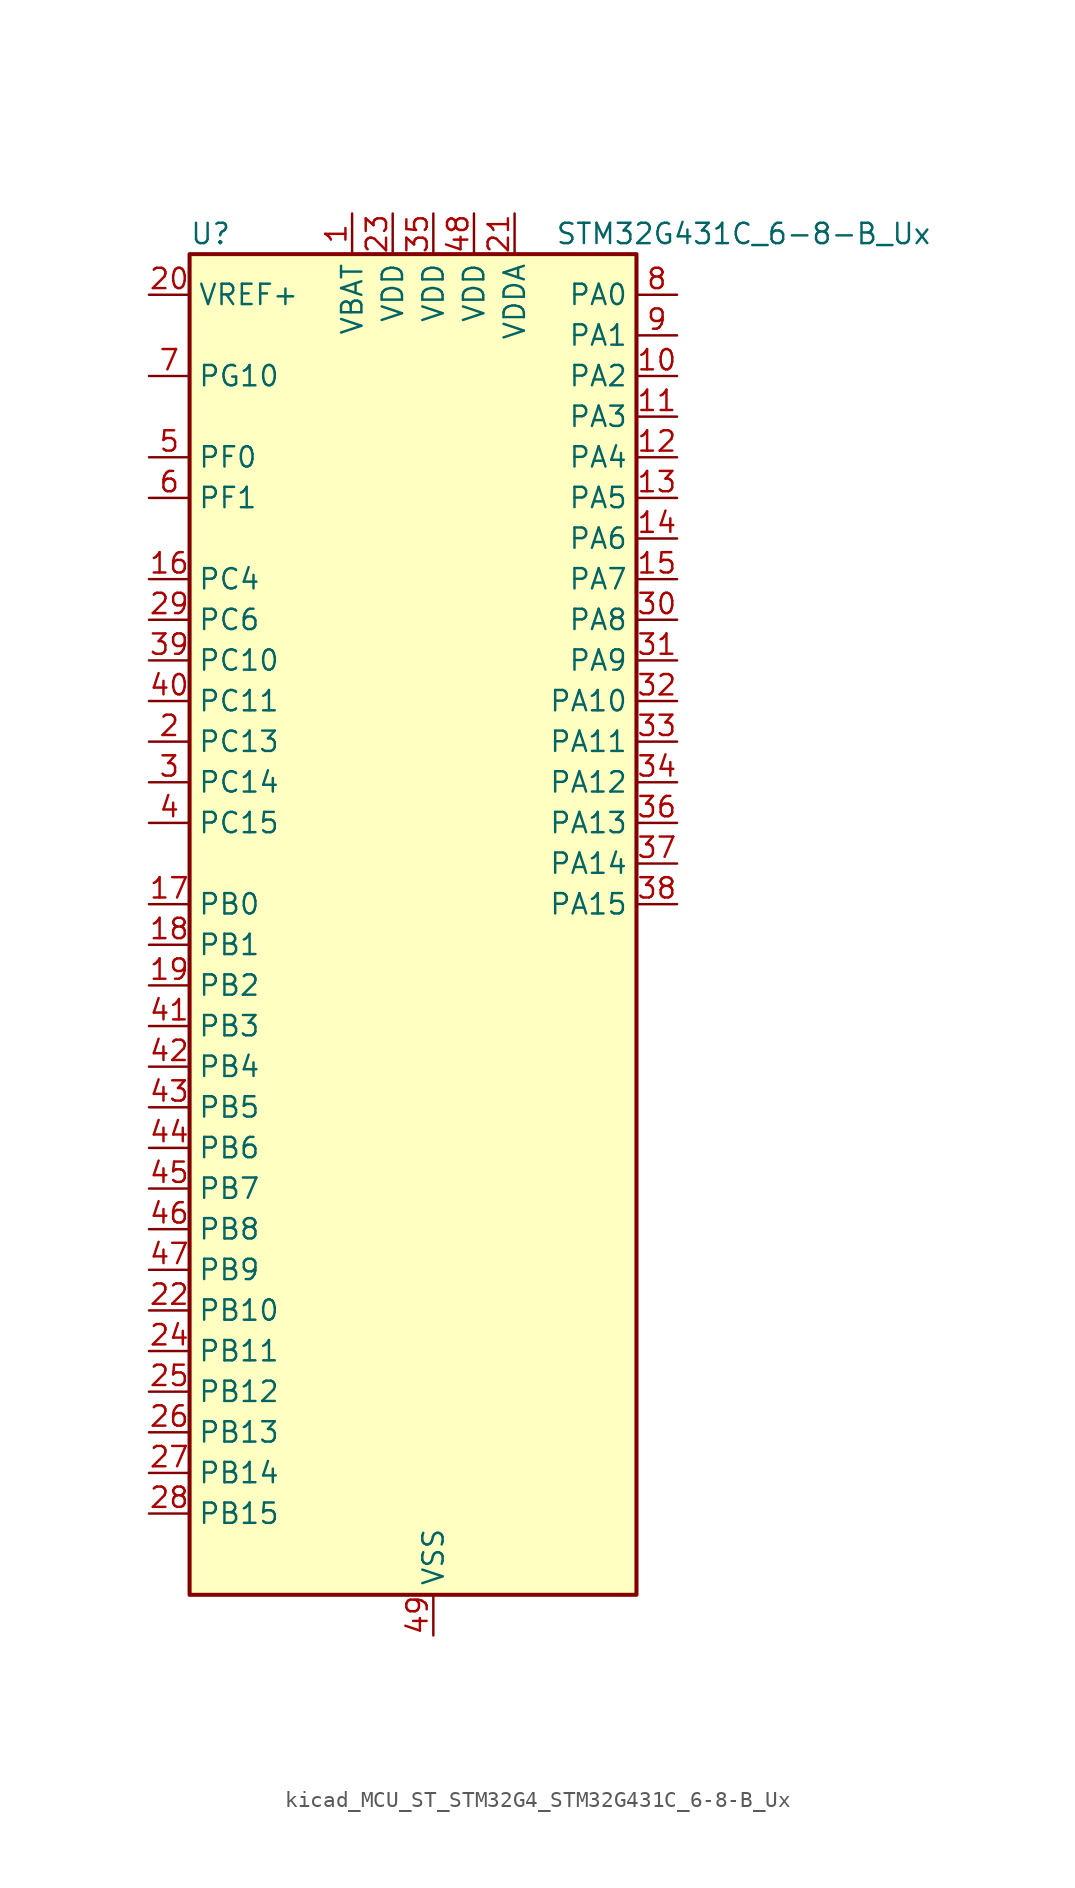
<source format=kicad_sym>
(kicad_symbol_lib
  (version 20220914)
  (generator kicad_symbol_editor)
  (symbol "kicad_MCU_ST_STM32G4_STM32G431C_6-8-B_Ux"
    (property "Reference" "U"
      (at -12.7 44.45 0)
      (effects (font (size 1.27 1.27)) (justify left)))
    (property "Value" "STM32G431C_6-8-B_Ux"
      (at 10.16 44.45 0)
      (effects (font (size 1.27 1.27)) (justify left)))
    (property "ki_locked" ""
      (at 0 0 0)
      (effects (font (size 1.27 1.27))))
    (symbol "kicad_MCU_ST_STM32G4_STM32G431C_6-8-B_Ux_0_1"
      (rectangle (start -12.7 -40.64) (end 15.24 43.18) (stroke (width 0.254) (type default)) (fill (type background))))
    (symbol "kicad_MCU_ST_STM32G4_STM32G431C_6-8-B_Ux_1_1"
      (pin power_in line (at -2.54 45.72 270) (length 2.54) (name "VBAT" (effects (font (size 1.27 1.27)))) (number "1" (effects (font (size 1.27 1.27)))))
      (pin bidirectional line (at 17.78 35.56 180) (length 2.54) (name "PA2" (effects (font (size 1.27 1.27)))) (number "10" (effects (font (size 1.27 1.27)))) (alternate "ADC1_IN3" bidirectional line) (alternate "COMP2_INM" bidirectional line) (alternate "COMP2_OUT" bidirectional line) (alternate "LPUART1_TX" bidirectional line) (alternate "OPAMP1_VOUT" bidirectional line) (alternate "RCC_LSCO" bidirectional line) (alternate "SYS_WKUP4" bidirectional line) (alternate "TIM15_CH1" bidirectional line) (alternate "TIM2_CH3" bidirectional line) (alternate "UCPD1_FRSTX1" bidirectional line) (alternate "UCPD1_FRSTX2" bidirectional line) (alternate "USART2_TX" bidirectional line))
      (pin bidirectional line (at 17.78 33.02 180) (length 2.54) (name "PA3" (effects (font (size 1.27 1.27)))) (number "11" (effects (font (size 1.27 1.27)))) (alternate "ADC1_IN4" bidirectional line) (alternate "COMP2_INP" bidirectional line) (alternate "LPUART1_RX" bidirectional line) (alternate "OPAMP1_VINM" bidirectional line) (alternate "OPAMP1_VINM0" bidirectional line) (alternate "OPAMP1_VINM_SEC" bidirectional line) (alternate "OPAMP1_VINP" bidirectional line) (alternate "OPAMP1_VINP_SEC" bidirectional line) (alternate "SAI1_CK1" bidirectional line) (alternate "SAI1_MCLK_A" bidirectional line) (alternate "TIM15_CH2" bidirectional line) (alternate "TIM2_CH4" bidirectional line) (alternate "USART2_RX" bidirectional line))
      (pin bidirectional line (at 17.78 30.48 180) (length 2.54) (name "PA4" (effects (font (size 1.27 1.27)))) (number "12" (effects (font (size 1.27 1.27)))) (alternate "ADC2_IN17" bidirectional line) (alternate "COMP1_INM" bidirectional line) (alternate "DAC1_OUT1" bidirectional line) (alternate "I2S3_WS" bidirectional line) (alternate "SAI1_FS_B" bidirectional line) (alternate "SPI1_NSS" bidirectional line) (alternate "SPI3_NSS" bidirectional line) (alternate "TIM3_CH2" bidirectional line) (alternate "USART2_CK" bidirectional line))
      (pin bidirectional line (at 17.78 27.94 180) (length 2.54) (name "PA5" (effects (font (size 1.27 1.27)))) (number "13" (effects (font (size 1.27 1.27)))) (alternate "ADC2_IN13" bidirectional line) (alternate "COMP2_INM" bidirectional line) (alternate "DAC1_OUT2" bidirectional line) (alternate "OPAMP2_VINM" bidirectional line) (alternate "OPAMP2_VINM0" bidirectional line) (alternate "OPAMP2_VINM_SEC" bidirectional line) (alternate "SPI1_SCK" bidirectional line) (alternate "TIM2_CH1" bidirectional line) (alternate "TIM2_ETR" bidirectional line) (alternate "UCPD1_FRSTX1" bidirectional line) (alternate "UCPD1_FRSTX2" bidirectional line))
      (pin bidirectional line (at 17.78 25.4 180) (length 2.54) (name "PA6" (effects (font (size 1.27 1.27)))) (number "14" (effects (font (size 1.27 1.27)))) (alternate "ADC2_IN3" bidirectional line) (alternate "COMP1_OUT" bidirectional line) (alternate "LPUART1_CTS" bidirectional line) (alternate "OPAMP2_VOUT" bidirectional line) (alternate "SPI1_MISO" bidirectional line) (alternate "TIM16_CH1" bidirectional line) (alternate "TIM1_BKIN" bidirectional line) (alternate "TIM3_CH1" bidirectional line) (alternate "TIM8_BKIN" bidirectional line))
      (pin bidirectional line (at 17.78 22.86 180) (length 2.54) (name "PA7" (effects (font (size 1.27 1.27)))) (number "15" (effects (font (size 1.27 1.27)))) (alternate "ADC2_IN4" bidirectional line) (alternate "COMP2_INP" bidirectional line) (alternate "COMP2_OUT" bidirectional line) (alternate "OPAMP1_VINP" bidirectional line) (alternate "OPAMP1_VINP_SEC" bidirectional line) (alternate "OPAMP2_VINP" bidirectional line) (alternate "OPAMP2_VINP_SEC" bidirectional line) (alternate "SPI1_MOSI" bidirectional line) (alternate "TIM17_CH1" bidirectional line) (alternate "TIM1_CH1N" bidirectional line) (alternate "TIM3_CH2" bidirectional line) (alternate "TIM8_CH1N" bidirectional line) (alternate "UCPD1_FRSTX1" bidirectional line) (alternate "UCPD1_FRSTX2" bidirectional line))
      (pin bidirectional line (at -15.24 22.86 0) (length 2.54) (name "PC4" (effects (font (size 1.27 1.27)))) (number "16" (effects (font (size 1.27 1.27)))) (alternate "ADC2_IN5" bidirectional line) (alternate "I2C2_SCL" bidirectional line) (alternate "TIM1_ETR" bidirectional line) (alternate "USART1_TX" bidirectional line))
      (pin bidirectional line (at -15.24 2.54 0) (length 2.54) (name "PB0" (effects (font (size 1.27 1.27)))) (number "17" (effects (font (size 1.27 1.27)))) (alternate "ADC1_IN15" bidirectional line) (alternate "COMP4_INP" bidirectional line) (alternate "OPAMP2_VINP" bidirectional line) (alternate "OPAMP2_VINP_SEC" bidirectional line) (alternate "OPAMP3_VINP" bidirectional line) (alternate "OPAMP3_VINP_SEC" bidirectional line) (alternate "TIM1_CH2N" bidirectional line) (alternate "TIM3_CH3" bidirectional line) (alternate "TIM8_CH2N" bidirectional line) (alternate "UCPD1_FRSTX1" bidirectional line) (alternate "UCPD1_FRSTX2" bidirectional line))
      (pin bidirectional line (at -15.24 0 0) (length 2.54) (name "PB1" (effects (font (size 1.27 1.27)))) (number "18" (effects (font (size 1.27 1.27)))) (alternate "ADC1_IN12" bidirectional line) (alternate "COMP1_INP" bidirectional line) (alternate "COMP4_OUT" bidirectional line) (alternate "LPUART1_DE" bidirectional line) (alternate "LPUART1_RTS" bidirectional line) (alternate "OPAMP3_VOUT" bidirectional line) (alternate "TIM1_CH3N" bidirectional line) (alternate "TIM3_CH4" bidirectional line) (alternate "TIM8_CH3N" bidirectional line))
      (pin bidirectional line (at -15.24 -2.54 0) (length 2.54) (name "PB2" (effects (font (size 1.27 1.27)))) (number "19" (effects (font (size 1.27 1.27)))) (alternate "ADC2_IN12" bidirectional line) (alternate "COMP4_INM" bidirectional line) (alternate "I2C3_SMBA" bidirectional line) (alternate "LPTIM1_OUT" bidirectional line) (alternate "OPAMP3_VINM" bidirectional line) (alternate "OPAMP3_VINM0" bidirectional line) (alternate "OPAMP3_VINM_SEC" bidirectional line) (alternate "RTC_OUT2" bidirectional line))
      (pin bidirectional line (at -15.24 12.7 0) (length 2.54) (name "PC13" (effects (font (size 1.27 1.27)))) (number "2" (effects (font (size 1.27 1.27)))) (alternate "RTC_OUT1" bidirectional line) (alternate "RTC_TAMP1" bidirectional line) (alternate "RTC_TS" bidirectional line) (alternate "SYS_WKUP2" bidirectional line) (alternate "TIM1_BKIN" bidirectional line) (alternate "TIM1_CH1N" bidirectional line) (alternate "TIM8_CH4N" bidirectional line))
      (pin input line (at -15.24 40.64 0) (length 2.54) (name "VREF+" (effects (font (size 1.27 1.27)))) (number "20" (effects (font (size 1.27 1.27)))) (alternate "VREFBUF_OUT" bidirectional line))
      (pin power_in line (at 7.62 45.72 270) (length 2.54) (name "VDDA" (effects (font (size 1.27 1.27)))) (number "21" (effects (font (size 1.27 1.27)))))
      (pin bidirectional line (at -15.24 -22.86 0) (length 2.54) (name "PB10" (effects (font (size 1.27 1.27)))) (number "22" (effects (font (size 1.27 1.27)))) (alternate "DAC1_EXTI10" bidirectional line) (alternate "DAC3_EXTI10" bidirectional line) (alternate "LPUART1_RX" bidirectional line) (alternate "OPAMP3_VINM" bidirectional line) (alternate "OPAMP3_VINM1" bidirectional line) (alternate "OPAMP3_VINM_SEC" bidirectional line) (alternate "SAI1_SCK_A" bidirectional line) (alternate "TIM1_BKIN" bidirectional line) (alternate "TIM2_CH3" bidirectional line) (alternate "USART3_TX" bidirectional line))
      (pin power_in line (at 0 45.72 270) (length 2.54) (name "VDD" (effects (font (size 1.27 1.27)))) (number "23" (effects (font (size 1.27 1.27)))))
      (pin bidirectional line (at -15.24 -25.4 0) (length 2.54) (name "PB11" (effects (font (size 1.27 1.27)))) (number "24" (effects (font (size 1.27 1.27)))) (alternate "ADC1_EXTI11" bidirectional line) (alternate "ADC1_IN14" bidirectional line) (alternate "ADC2_EXTI11" bidirectional line) (alternate "ADC2_IN14" bidirectional line) (alternate "LPUART1_TX" bidirectional line) (alternate "TIM2_CH4" bidirectional line) (alternate "USART3_RX" bidirectional line))
      (pin bidirectional line (at -15.24 -27.94 0) (length 2.54) (name "PB12" (effects (font (size 1.27 1.27)))) (number "25" (effects (font (size 1.27 1.27)))) (alternate "ADC1_IN11" bidirectional line) (alternate "I2C2_SMBA" bidirectional line) (alternate "I2S2_WS" bidirectional line) (alternate "LPUART1_DE" bidirectional line) (alternate "LPUART1_RTS" bidirectional line) (alternate "SPI2_NSS" bidirectional line) (alternate "TIM1_BKIN" bidirectional line) (alternate "USART3_CK" bidirectional line))
      (pin bidirectional line (at -15.24 -30.48 0) (length 2.54) (name "PB13" (effects (font (size 1.27 1.27)))) (number "26" (effects (font (size 1.27 1.27)))) (alternate "I2S2_CK" bidirectional line) (alternate "LPUART1_CTS" bidirectional line) (alternate "OPAMP3_VINP" bidirectional line) (alternate "OPAMP3_VINP_SEC" bidirectional line) (alternate "SPI2_SCK" bidirectional line) (alternate "TIM1_CH1N" bidirectional line) (alternate "USART3_CTS" bidirectional line) (alternate "USART3_NSS" bidirectional line))
      (pin bidirectional line (at -15.24 -33.02 0) (length 2.54) (name "PB14" (effects (font (size 1.27 1.27)))) (number "27" (effects (font (size 1.27 1.27)))) (alternate "ADC1_IN5" bidirectional line) (alternate "COMP4_OUT" bidirectional line) (alternate "OPAMP2_VINP" bidirectional line) (alternate "OPAMP2_VINP_SEC" bidirectional line) (alternate "SPI2_MISO" bidirectional line) (alternate "TIM15_CH1" bidirectional line) (alternate "TIM1_CH2N" bidirectional line) (alternate "USART3_DE" bidirectional line) (alternate "USART3_RTS" bidirectional line))
      (pin bidirectional line (at -15.24 -35.56 0) (length 2.54) (name "PB15" (effects (font (size 1.27 1.27)))) (number "28" (effects (font (size 1.27 1.27)))) (alternate "ADC1_EXTI15" bidirectional line) (alternate "ADC2_EXTI15" bidirectional line) (alternate "ADC2_IN15" bidirectional line) (alternate "COMP3_OUT" bidirectional line) (alternate "I2S2_SD" bidirectional line) (alternate "RTC_REFIN" bidirectional line) (alternate "SPI2_MOSI" bidirectional line) (alternate "TIM15_CH1N" bidirectional line) (alternate "TIM15_CH2" bidirectional line) (alternate "TIM1_CH3N" bidirectional line))
      (pin bidirectional line (at -15.24 20.32 0) (length 2.54) (name "PC6" (effects (font (size 1.27 1.27)))) (number "29" (effects (font (size 1.27 1.27)))) (alternate "I2S2_MCK" bidirectional line) (alternate "TIM3_CH1" bidirectional line) (alternate "TIM8_CH1" bidirectional line))
      (pin bidirectional line (at -15.24 10.16 0) (length 2.54) (name "PC14" (effects (font (size 1.27 1.27)))) (number "3" (effects (font (size 1.27 1.27)))) (alternate "RCC_OSC32_IN" bidirectional line))
      (pin bidirectional line (at 17.78 20.32 180) (length 2.54) (name "PA8" (effects (font (size 1.27 1.27)))) (number "30" (effects (font (size 1.27 1.27)))) (alternate "I2C2_SDA" bidirectional line) (alternate "I2C3_SCL" bidirectional line) (alternate "I2S2_MCK" bidirectional line) (alternate "RCC_MCO" bidirectional line) (alternate "SAI1_CK2" bidirectional line) (alternate "SAI1_SCK_A" bidirectional line) (alternate "TIM1_CH1" bidirectional line) (alternate "TIM4_ETR" bidirectional line) (alternate "USART1_CK" bidirectional line))
      (pin bidirectional line (at 17.78 17.78 180) (length 2.54) (name "PA9" (effects (font (size 1.27 1.27)))) (number "31" (effects (font (size 1.27 1.27)))) (alternate "DAC1_EXTI9" bidirectional line) (alternate "DAC3_EXTI9" bidirectional line) (alternate "I2C2_SCL" bidirectional line) (alternate "I2C3_SMBA" bidirectional line) (alternate "I2S3_MCK" bidirectional line) (alternate "SAI1_FS_A" bidirectional line) (alternate "TIM15_BKIN" bidirectional line) (alternate "TIM1_CH2" bidirectional line) (alternate "TIM2_CH3" bidirectional line) (alternate "UCPD1_DBCC1" bidirectional line) (alternate "USART1_TX" bidirectional line))
      (pin bidirectional line (at 17.78 15.24 180) (length 2.54) (name "PA10" (effects (font (size 1.27 1.27)))) (number "32" (effects (font (size 1.27 1.27)))) (alternate "CRS_SYNC" bidirectional line) (alternate "DAC1_EXTI10" bidirectional line) (alternate "DAC3_EXTI10" bidirectional line) (alternate "I2C2_SMBA" bidirectional line) (alternate "SAI1_D1" bidirectional line) (alternate "SAI1_SD_A" bidirectional line) (alternate "SPI2_MISO" bidirectional line) (alternate "TIM17_BKIN" bidirectional line) (alternate "TIM1_CH3" bidirectional line) (alternate "TIM2_CH4" bidirectional line) (alternate "TIM8_BKIN" bidirectional line) (alternate "UCPD1_DBCC2" bidirectional line) (alternate "USART1_RX" bidirectional line))
      (pin bidirectional line (at 17.78 12.7 180) (length 2.54) (name "PA11" (effects (font (size 1.27 1.27)))) (number "33" (effects (font (size 1.27 1.27)))) (alternate "ADC1_EXTI11" bidirectional line) (alternate "ADC2_EXTI11" bidirectional line) (alternate "COMP1_OUT" bidirectional line) (alternate "FDCAN1_RX" bidirectional line) (alternate "I2S2_SD" bidirectional line) (alternate "SPI2_MOSI" bidirectional line) (alternate "TIM1_BKIN2" bidirectional line) (alternate "TIM1_CH1N" bidirectional line) (alternate "TIM1_CH4" bidirectional line) (alternate "TIM4_CH1" bidirectional line) (alternate "USART1_CTS" bidirectional line) (alternate "USART1_NSS" bidirectional line) (alternate "USB_DM" bidirectional line))
      (pin bidirectional line (at 17.78 10.16 180) (length 2.54) (name "PA12" (effects (font (size 1.27 1.27)))) (number "34" (effects (font (size 1.27 1.27)))) (alternate "COMP2_OUT" bidirectional line) (alternate "FDCAN1_TX" bidirectional line) (alternate "I2S_CKIN" bidirectional line) (alternate "TIM16_CH1" bidirectional line) (alternate "TIM1_CH2N" bidirectional line) (alternate "TIM1_ETR" bidirectional line) (alternate "TIM4_CH2" bidirectional line) (alternate "USART1_DE" bidirectional line) (alternate "USART1_RTS" bidirectional line) (alternate "USB_DP" bidirectional line))
      (pin power_in line (at 2.54 45.72 270) (length 2.54) (name "VDD" (effects (font (size 1.27 1.27)))) (number "35" (effects (font (size 1.27 1.27)))))
      (pin bidirectional line (at 17.78 7.62 180) (length 2.54) (name "PA13" (effects (font (size 1.27 1.27)))) (number "36" (effects (font (size 1.27 1.27)))) (alternate "I2C1_SCL" bidirectional line) (alternate "IR_OUT" bidirectional line) (alternate "SAI1_SD_B" bidirectional line) (alternate "SYS_JTMS-SWDIO" bidirectional line) (alternate "TIM16_CH1N" bidirectional line) (alternate "TIM4_CH3" bidirectional line) (alternate "USART3_CTS" bidirectional line) (alternate "USART3_NSS" bidirectional line))
      (pin bidirectional line (at 17.78 5.08 180) (length 2.54) (name "PA14" (effects (font (size 1.27 1.27)))) (number "37" (effects (font (size 1.27 1.27)))) (alternate "I2C1_SDA" bidirectional line) (alternate "LPTIM1_OUT" bidirectional line) (alternate "SAI1_FS_B" bidirectional line) (alternate "SYS_JTCK-SWCLK" bidirectional line) (alternate "TIM1_BKIN" bidirectional line) (alternate "TIM8_CH2" bidirectional line) (alternate "USART2_TX" bidirectional line))
      (pin bidirectional line (at 17.78 2.54 180) (length 2.54) (name "PA15" (effects (font (size 1.27 1.27)))) (number "38" (effects (font (size 1.27 1.27)))) (alternate "ADC1_EXTI15" bidirectional line) (alternate "ADC2_EXTI15" bidirectional line) (alternate "I2C1_SCL" bidirectional line) (alternate "I2S3_WS" bidirectional line) (alternate "SPI1_NSS" bidirectional line) (alternate "SPI3_NSS" bidirectional line) (alternate "SYS_JTDI" bidirectional line) (alternate "TIM1_BKIN" bidirectional line) (alternate "TIM2_CH1" bidirectional line) (alternate "TIM2_ETR" bidirectional line) (alternate "TIM8_CH1" bidirectional line) (alternate "USART2_RX" bidirectional line))
      (pin bidirectional line (at -15.24 17.78 0) (length 2.54) (name "PC10" (effects (font (size 1.27 1.27)))) (number "39" (effects (font (size 1.27 1.27)))) (alternate "DAC1_EXTI10" bidirectional line) (alternate "DAC3_EXTI10" bidirectional line) (alternate "I2S3_CK" bidirectional line) (alternate "SPI3_SCK" bidirectional line) (alternate "TIM8_CH1N" bidirectional line) (alternate "USART3_TX" bidirectional line))
      (pin bidirectional line (at -15.24 7.62 0) (length 2.54) (name "PC15" (effects (font (size 1.27 1.27)))) (number "4" (effects (font (size 1.27 1.27)))) (alternate "ADC1_EXTI15" bidirectional line) (alternate "ADC2_EXTI15" bidirectional line) (alternate "RCC_OSC32_OUT" bidirectional line))
      (pin bidirectional line (at -15.24 15.24 0) (length 2.54) (name "PC11" (effects (font (size 1.27 1.27)))) (number "40" (effects (font (size 1.27 1.27)))) (alternate "ADC1_EXTI11" bidirectional line) (alternate "ADC2_EXTI11" bidirectional line) (alternate "I2C3_SDA" bidirectional line) (alternate "SPI3_MISO" bidirectional line) (alternate "TIM8_CH2N" bidirectional line) (alternate "USART3_RX" bidirectional line))
      (pin bidirectional line (at -15.24 -5.08 0) (length 2.54) (name "PB3" (effects (font (size 1.27 1.27)))) (number "41" (effects (font (size 1.27 1.27)))) (alternate "CRS_SYNC" bidirectional line) (alternate "I2S3_CK" bidirectional line) (alternate "SAI1_SCK_B" bidirectional line) (alternate "SPI1_SCK" bidirectional line) (alternate "SPI3_SCK" bidirectional line) (alternate "SYS_JTDO-SWO" bidirectional line) (alternate "TIM2_CH2" bidirectional line) (alternate "TIM3_ETR" bidirectional line) (alternate "TIM4_ETR" bidirectional line) (alternate "TIM8_CH1N" bidirectional line) (alternate "USART2_TX" bidirectional line))
      (pin bidirectional line (at -15.24 -7.62 0) (length 2.54) (name "PB4" (effects (font (size 1.27 1.27)))) (number "42" (effects (font (size 1.27 1.27)))) (alternate "SAI1_MCLK_B" bidirectional line) (alternate "SPI1_MISO" bidirectional line) (alternate "SPI3_MISO" bidirectional line) (alternate "SYS_JTRST" bidirectional line) (alternate "TIM16_CH1" bidirectional line) (alternate "TIM17_BKIN" bidirectional line) (alternate "TIM3_CH1" bidirectional line) (alternate "TIM8_CH2N" bidirectional line) (alternate "UCPD1_CC2" bidirectional line) (alternate "USART2_RX" bidirectional line))
      (pin bidirectional line (at -15.24 -10.16 0) (length 2.54) (name "PB5" (effects (font (size 1.27 1.27)))) (number "43" (effects (font (size 1.27 1.27)))) (alternate "I2C1_SMBA" bidirectional line) (alternate "I2C3_SDA" bidirectional line) (alternate "I2S3_SD" bidirectional line) (alternate "LPTIM1_IN1" bidirectional line) (alternate "SAI1_SD_B" bidirectional line) (alternate "SPI1_MOSI" bidirectional line) (alternate "SPI3_MOSI" bidirectional line) (alternate "TIM16_BKIN" bidirectional line) (alternate "TIM17_CH1" bidirectional line) (alternate "TIM3_CH2" bidirectional line) (alternate "TIM8_CH3N" bidirectional line) (alternate "USART2_CK" bidirectional line))
      (pin bidirectional line (at -15.24 -12.7 0) (length 2.54) (name "PB6" (effects (font (size 1.27 1.27)))) (number "44" (effects (font (size 1.27 1.27)))) (alternate "COMP4_OUT" bidirectional line) (alternate "LPTIM1_ETR" bidirectional line) (alternate "SAI1_FS_B" bidirectional line) (alternate "TIM16_CH1N" bidirectional line) (alternate "TIM4_CH1" bidirectional line) (alternate "TIM8_BKIN2" bidirectional line) (alternate "TIM8_CH1" bidirectional line) (alternate "TIM8_ETR" bidirectional line) (alternate "UCPD1_CC1" bidirectional line) (alternate "USART1_TX" bidirectional line))
      (pin bidirectional line (at -15.24 -15.24 0) (length 2.54) (name "PB7" (effects (font (size 1.27 1.27)))) (number "45" (effects (font (size 1.27 1.27)))) (alternate "COMP3_OUT" bidirectional line) (alternate "I2C1_SDA" bidirectional line) (alternate "LPTIM1_IN2" bidirectional line) (alternate "SYS_PVD_IN" bidirectional line) (alternate "TIM17_CH1N" bidirectional line) (alternate "TIM3_CH4" bidirectional line) (alternate "TIM4_CH2" bidirectional line) (alternate "TIM8_BKIN" bidirectional line) (alternate "USART1_RX" bidirectional line))
      (pin bidirectional line (at -15.24 -17.78 0) (length 2.54) (name "PB8" (effects (font (size 1.27 1.27)))) (number "46" (effects (font (size 1.27 1.27)))) (alternate "COMP1_OUT" bidirectional line) (alternate "FDCAN1_RX" bidirectional line) (alternate "I2C1_SCL" bidirectional line) (alternate "SAI1_CK1" bidirectional line) (alternate "SAI1_MCLK_A" bidirectional line) (alternate "TIM16_CH1" bidirectional line) (alternate "TIM1_BKIN" bidirectional line) (alternate "TIM4_CH3" bidirectional line) (alternate "TIM8_CH2" bidirectional line) (alternate "USART3_RX" bidirectional line))
      (pin bidirectional line (at -15.24 -20.32 0) (length 2.54) (name "PB9" (effects (font (size 1.27 1.27)))) (number "47" (effects (font (size 1.27 1.27)))) (alternate "COMP2_OUT" bidirectional line) (alternate "DAC1_EXTI9" bidirectional line) (alternate "DAC3_EXTI9" bidirectional line) (alternate "FDCAN1_TX" bidirectional line) (alternate "I2C1_SDA" bidirectional line) (alternate "IR_OUT" bidirectional line) (alternate "SAI1_D2" bidirectional line) (alternate "SAI1_FS_A" bidirectional line) (alternate "TIM17_CH1" bidirectional line) (alternate "TIM1_CH3N" bidirectional line) (alternate "TIM4_CH4" bidirectional line) (alternate "TIM8_CH3" bidirectional line) (alternate "USART3_TX" bidirectional line))
      (pin power_in line (at 5.08 45.72 270) (length 2.54) (name "VDD" (effects (font (size 1.27 1.27)))) (number "48" (effects (font (size 1.27 1.27)))))
      (pin power_in line (at 2.54 -43.18 90) (length 2.54) (name "VSS" (effects (font (size 1.27 1.27)))) (number "49" (effects (font (size 1.27 1.27)))))
      (pin bidirectional line (at -15.24 30.48 0) (length 2.54) (name "PF0" (effects (font (size 1.27 1.27)))) (number "5" (effects (font (size 1.27 1.27)))) (alternate "ADC1_IN10" bidirectional line) (alternate "I2C2_SDA" bidirectional line) (alternate "I2S2_WS" bidirectional line) (alternate "RCC_OSC_IN" bidirectional line) (alternate "SPI2_NSS" bidirectional line) (alternate "TIM1_CH3N" bidirectional line))
      (pin bidirectional line (at -15.24 27.94 0) (length 2.54) (name "PF1" (effects (font (size 1.27 1.27)))) (number "6" (effects (font (size 1.27 1.27)))) (alternate "ADC2_IN10" bidirectional line) (alternate "COMP3_INM" bidirectional line) (alternate "I2S2_CK" bidirectional line) (alternate "RCC_OSC_OUT" bidirectional line) (alternate "SPI2_SCK" bidirectional line))
      (pin bidirectional line (at -15.24 35.56 0) (length 2.54) (name "PG10" (effects (font (size 1.27 1.27)))) (number "7" (effects (font (size 1.27 1.27)))) (alternate "DAC1_EXTI10" bidirectional line) (alternate "DAC3_EXTI10" bidirectional line) (alternate "RCC_MCO" bidirectional line))
      (pin bidirectional line (at 17.78 40.64 180) (length 2.54) (name "PA0" (effects (font (size 1.27 1.27)))) (number "8" (effects (font (size 1.27 1.27)))) (alternate "ADC1_IN1" bidirectional line) (alternate "ADC2_IN1" bidirectional line) (alternate "COMP1_INM" bidirectional line) (alternate "COMP1_OUT" bidirectional line) (alternate "COMP3_INP" bidirectional line) (alternate "RTC_TAMP2" bidirectional line) (alternate "SYS_WKUP1" bidirectional line) (alternate "TIM2_CH1" bidirectional line) (alternate "TIM2_ETR" bidirectional line) (alternate "TIM8_BKIN" bidirectional line) (alternate "TIM8_ETR" bidirectional line) (alternate "USART2_CTS" bidirectional line) (alternate "USART2_NSS" bidirectional line))
      (pin bidirectional line (at 17.78 38.1 180) (length 2.54) (name "PA1" (effects (font (size 1.27 1.27)))) (number "9" (effects (font (size 1.27 1.27)))) (alternate "ADC1_IN2" bidirectional line) (alternate "ADC2_IN2" bidirectional line) (alternate "COMP1_INP" bidirectional line) (alternate "OPAMP1_VINP" bidirectional line) (alternate "OPAMP1_VINP_SEC" bidirectional line) (alternate "OPAMP3_VINP" bidirectional line) (alternate "OPAMP3_VINP_SEC" bidirectional line) (alternate "RTC_REFIN" bidirectional line) (alternate "TIM15_CH1N" bidirectional line) (alternate "TIM2_CH2" bidirectional line) (alternate "USART2_DE" bidirectional line) (alternate "USART2_RTS" bidirectional line)))))
</source>
